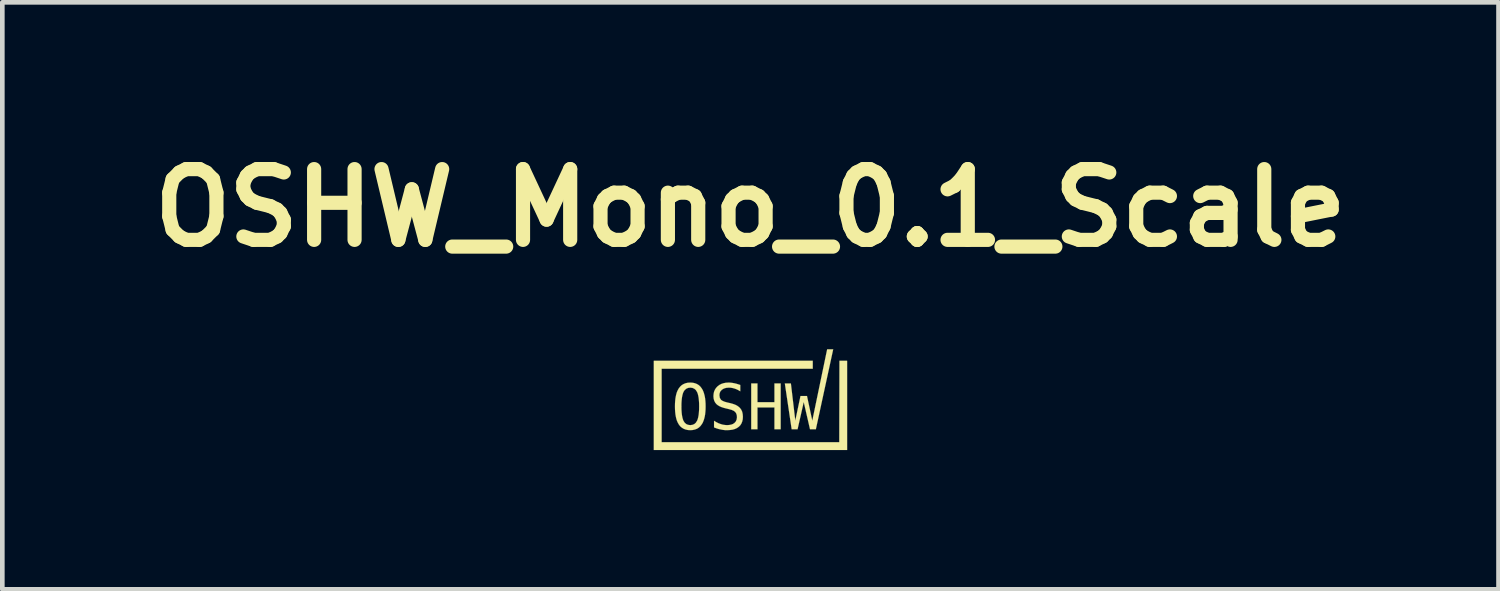
<source format=kicad_pcb>
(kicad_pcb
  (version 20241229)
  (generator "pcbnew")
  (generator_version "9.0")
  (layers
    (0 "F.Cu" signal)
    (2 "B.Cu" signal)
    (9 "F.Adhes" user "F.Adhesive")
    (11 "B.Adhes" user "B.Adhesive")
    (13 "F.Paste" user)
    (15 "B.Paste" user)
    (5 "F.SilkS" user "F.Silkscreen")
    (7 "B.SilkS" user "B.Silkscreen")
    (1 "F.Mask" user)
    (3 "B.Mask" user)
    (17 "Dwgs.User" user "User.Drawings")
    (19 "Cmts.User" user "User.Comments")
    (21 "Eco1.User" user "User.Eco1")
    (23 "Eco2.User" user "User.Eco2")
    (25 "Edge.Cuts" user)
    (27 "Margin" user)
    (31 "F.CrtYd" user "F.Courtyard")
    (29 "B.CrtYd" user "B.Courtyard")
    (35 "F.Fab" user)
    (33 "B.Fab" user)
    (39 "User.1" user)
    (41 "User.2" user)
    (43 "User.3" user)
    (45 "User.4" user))
  (footprint "OSHW_Mono_0.1_Scale"
    (layer "F.Cu")
    (at 13.114 5.559)
    (property "Reference" "OSHW_Mono_0.1_Scale" (at 0 -4.132 0) (layer "F.SilkS") (effects (font (size 1.524 1.524) (thickness 0.305))))
    (attr through_hole)
    (fp_poly (pts (xy 0.017 -0.35) (xy 0.151 -0.35) (xy 0.151 0.054) (xy 0.517 0.054) (xy 0.517 -0.35) (xy 0.651 -0.35) (xy 0.651 0.637) (xy 0.517 0.637) (xy 0.517 0.167) (xy 0.151 0.167) (xy 0.151 0.637) (xy 0.017 0.637) (xy 0.017 -0.35)) (stroke (width 0.003) (type solid)) (fill yes) (layer "F.SilkS"))
    (fp_poly (pts (xy 0.741 -0.35) (xy 0.871 -0.35) (xy 0.966 0.451) (xy 1.078 -0.079) (xy 1.218 -0.079) (xy 1.332 0.453) (xy 1.652 -1.084) (xy 1.782 -1.084) (xy 1.409 0.637) (xy 1.283 0.637) (xy 1.148 0.05) (xy 1.015 0.637) (xy 0.888 0.637) (xy 0.741 -0.35)) (stroke (width 0.003) (type solid)) (fill yes) (layer "F.SilkS"))
    (fp_poly (pts (xy -2.082 -0.837) (xy -2.082 -0.752) (xy -2.082 0.999) (xy -2.082 1.084) (xy -1.998 1.084) (xy 1.998 1.084) (xy 2.082 1.084) (xy 2.082 0.999) (xy 2.082 -0.837) (xy 1.917 -0.837) (xy 1.913 0.915) (xy -1.913 0.915) (xy -1.913 -0.667) (xy 1.342 -0.667) (xy 1.342 -0.837) (xy -1.998 -0.837) (xy -2.082 -0.837)) (stroke (width 0.003) (type solid)) (fill yes) (layer "F.SilkS"))
    (fp_poly (pts (xy -0.219 -0.317) (xy -0.219 -0.181) (xy -0.26 -0.205) (xy -0.301 -0.225) (xy -0.342 -0.24) (xy -0.383 -0.251) (xy -0.424 -0.258) (xy -0.465 -0.26) (xy -0.524 -0.255) (xy -0.573 -0.24) (xy -0.614 -0.215) (xy -0.645 -0.183) (xy -0.663 -0.143) (xy -0.669 -0.097) (xy -0.66 -0.039) (xy -0.634 0.003) (xy -0.602 0.025) (xy -0.557 0.044) (xy -0.499 0.06) (xy -0.429 0.076) (xy -0.376 0.091) (xy -0.329 0.108) (xy -0.289 0.128) (xy -0.255 0.152) (xy -0.226 0.178) (xy -0.198 0.216) (xy -0.178 0.26) (xy -0.167 0.311) (xy -0.163 0.367) (xy -0.166 0.421) (xy -0.177 0.469) (xy -0.194 0.512) (xy -0.218 0.55) (xy -0.25 0.582) (xy -0.288 0.609) (xy -0.332 0.63) (xy -0.383 0.645) (xy -0.44 0.653) (xy -0.504 0.656) (xy -0.55 0.655) (xy -0.597 0.65) (xy -0.643 0.641) (xy -0.69 0.63) (xy -0.737 0.615) (xy -0.784 0.597) (xy -0.784 0.455) (xy -0.735 0.484) (xy -0.687 0.508) (xy -0.641 0.525) (xy -0.595 0.538) (xy -0.55 0.545) (xy -0.504 0.548) (xy -0.456 0.545) (xy -0.414 0.537) (xy -0.377 0.523) (xy -0.346 0.503) (xy -0.315 0.469) (xy -0.297 0.426) (xy -0.29 0.376) (xy -0.295 0.33) (xy -0.308 0.293) (xy -0.329 0.263) (xy -0.361 0.239) (xy -0.406 0.219) (xy -0.464 0.203) (xy -0.535 0.186) (xy -0.587 0.172) (xy -0.633 0.156) (xy -0.673 0.137) (xy -0.707 0.116) (xy -0.735 0.092) (xy -0.762 0.058) (xy -0.781 0.019) (xy -0.793 -0.026) (xy -0.797 -0.077) (xy -0.793 -0.127) (xy -0.783 -0.174) (xy -0.765 -0.216) (xy -0.74 -0.254) (xy -0.708 -0.288) (xy -0.67 -0.317) (xy -0.628 -0.339) (xy -0.58 -0.355) (xy -0.528 -0.365) (xy -0.472 -0.368) (xy -0.433 -0.367) (xy -0.393 -0.362) (xy -0.352 -0.355) (xy -0.309 -0.345) (xy -0.265 -0.332) (xy -0.219 -0.317)) (stroke (width 0.003) (type solid)) (fill yes) (layer "F.SilkS"))
    (fp_poly (pts (xy -1.105 0.144) (xy -0.966 0.144) (xy -0.967 0.207) (xy -0.971 0.265) (xy -0.977 0.319) (xy -0.986 0.37) (xy -0.998 0.416) (xy -1.012 0.458) (xy -1.028 0.496) (xy -1.048 0.529) (xy -1.077 0.568) (xy -1.111 0.6) (xy -1.15 0.625) (xy -1.194 0.642) (xy -1.243 0.653) (xy -1.296 0.656) (xy -1.35 0.653) (xy -1.398 0.642) (xy -1.442 0.625) (xy -1.481 0.6) (xy -1.516 0.569) (xy -1.545 0.53) (xy -1.564 0.496) (xy -1.581 0.459) (xy -1.595 0.417) (xy -1.606 0.37) (xy -1.615 0.32) (xy -1.621 0.266) (xy -1.625 0.207) (xy -1.626 0.144) (xy -1.625 0.082) (xy -1.621 0.023) (xy -1.615 -0.031) (xy -1.606 -0.081) (xy -1.595 -0.127) (xy -1.581 -0.17) (xy -1.564 -0.207) (xy -1.545 -0.241) (xy -1.515 -0.28) (xy -1.481 -0.312) (xy -1.442 -0.336) (xy -1.398 -0.354) (xy -1.35 -0.365) (xy -1.296 -0.368) (xy -1.243 -0.365) (xy -1.194 -0.354) (xy -1.15 -0.336) (xy -1.111 -0.312) (xy -1.077 -0.28) (xy -1.048 -0.241) (xy -1.028 -0.207) (xy -1.012 -0.17) (xy -0.998 -0.127) (xy -0.986 -0.081) (xy -0.977 -0.031) (xy -0.971 0.023) (xy -0.967 0.082) (xy -0.966 0.144) (xy -1.105 0.144) (xy -1.106 0.075) (xy -1.11 0.013) (xy -1.116 -0.042) (xy -1.125 -0.09) (xy -1.136 -0.132) (xy -1.15 -0.166) (xy -1.176 -0.207) (xy -1.209 -0.236) (xy -1.249 -0.254) (xy -1.296 -0.26) (xy -1.343 -0.254) (xy -1.383 -0.236) (xy -1.417 -0.207) (xy -1.443 -0.166) (xy -1.456 -0.132) (xy -1.467 -0.09) (xy -1.476 -0.042) (xy -1.482 0.013) (xy -1.486 0.075) (xy -1.487 0.144) (xy -1.486 0.213) (xy -1.482 0.275) (xy -1.476 0.33) (xy -1.467 0.379) (xy -1.456 0.42) (xy -1.443 0.455) (xy -1.417 0.495) (xy -1.383 0.525) (xy -1.343 0.542) (xy -1.296 0.548) (xy -1.249 0.542) (xy -1.209 0.525) (xy -1.176 0.496) (xy -1.15 0.455) (xy -1.136 0.421) (xy -1.125 0.379) (xy -1.116 0.331) (xy -1.11 0.276) (xy -1.106 0.213) (xy -1.105 0.144)) (stroke (width 0.003) (type solid)) (fill yes) (layer "F.SilkS")))
  (gr_rect
    (start -3 -3)
    (end 29.227 9.644)
    (stroke (width 0.1) (type default))
    (fill no)
    (layer "Edge.Cuts")))
</source>
